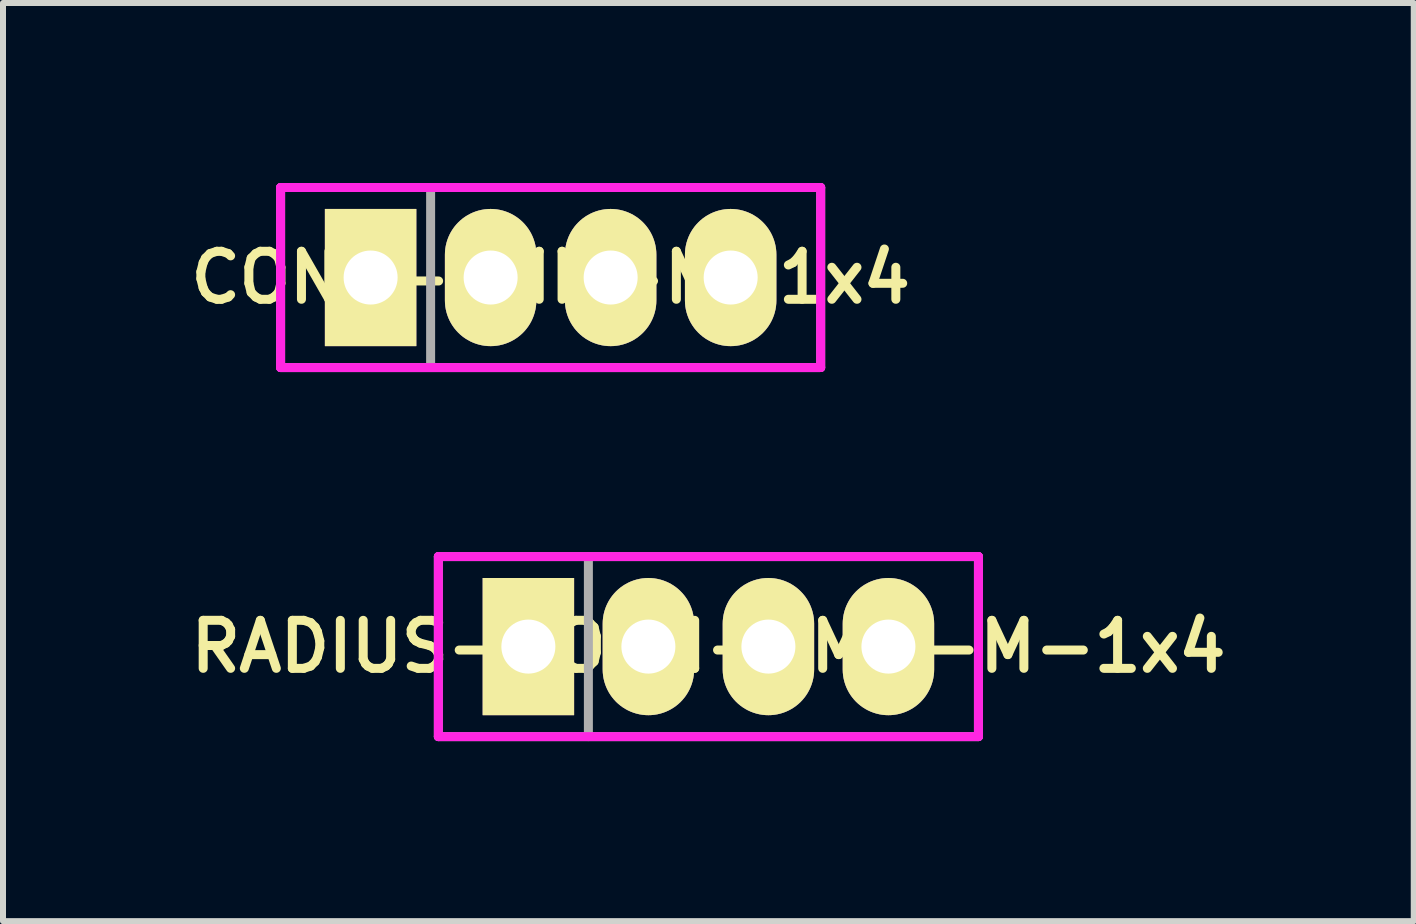
<source format=kicad_pcb>
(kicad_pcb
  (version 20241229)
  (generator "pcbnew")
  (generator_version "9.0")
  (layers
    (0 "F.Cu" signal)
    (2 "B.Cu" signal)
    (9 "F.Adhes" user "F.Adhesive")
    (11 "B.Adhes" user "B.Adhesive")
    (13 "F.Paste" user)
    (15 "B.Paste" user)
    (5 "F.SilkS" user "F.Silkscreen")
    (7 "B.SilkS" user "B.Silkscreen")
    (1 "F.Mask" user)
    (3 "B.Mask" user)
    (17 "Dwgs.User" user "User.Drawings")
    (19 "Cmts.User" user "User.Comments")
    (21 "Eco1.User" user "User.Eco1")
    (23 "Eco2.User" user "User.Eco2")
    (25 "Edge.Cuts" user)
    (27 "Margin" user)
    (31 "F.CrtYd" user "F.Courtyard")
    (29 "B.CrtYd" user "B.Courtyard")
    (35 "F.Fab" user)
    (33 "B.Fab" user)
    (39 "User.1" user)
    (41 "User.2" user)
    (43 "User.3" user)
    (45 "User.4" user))
  (footprint "CONN-2MM-M-1x4"
    (layer "F.Cu")
    (at 6.126 1.575)
    (property "Reference" "CONN-2MM-M-1x4" (at 0 0 0) (layer "F.SilkS") (effects (font (size 0.8 0.8) (thickness 0.15))))
    (attr through_hole)
    (fp_line (start -4.5 -1.5) (end 4.5 -1.5) (stroke (width 0.15) (type solid)) (layer "F.CrtYd"))
    (fp_line (start -4.5 1.5) (end -4.5 -1.5) (stroke (width 0.15) (type solid)) (layer "F.CrtYd"))
    (fp_line (start 4.5 -1.5) (end 4.5 1.5) (stroke (width 0.15) (type solid)) (layer "F.CrtYd"))
    (fp_line (start 4.5 1.5) (end -4.5 1.5) (stroke (width 0.15) (type solid)) (layer "F.CrtYd"))
    (fp_line (start -4.5 -1.5) (end 4.5 -1.5) (stroke (width 0.15) (type solid)) (layer "F.Fab"))
    (fp_line (start -4.5 1.5) (end -4.5 -1.5) (stroke (width 0.15) (type solid)) (layer "F.Fab"))
    (fp_line (start -2 -1.5) (end -2 1.5) (stroke (width 0.15) (type solid)) (layer "F.Fab"))
    (fp_line (start 4.5 -1.5) (end 4.5 1.5) (stroke (width 0.15) (type solid)) (layer "F.Fab"))
    (fp_line (start 4.5 1.5) (end -4.5 1.5) (stroke (width 0.15) (type solid)) (layer "F.Fab"))
    (pad "1" thru_hole rect (at -3 0) (size 1.524 2.286) (drill 0.9) (layers "*.Cu" "*.Mask" "F.SilkS"))
    (pad "2" thru_hole oval (at -1 0) (size 1.524 2.286) (drill 0.9) (layers "*.Cu" "*.Mask" "F.SilkS"))
    (pad "3" thru_hole oval (at 1 0) (size 1.524 2.286) (drill 0.9) (layers "*.Cu" "*.Mask" "F.SilkS"))
    (pad "4" thru_hole oval (at 3 0) (size 1.524 2.286) (drill 0.9) (layers "*.Cu" "*.Mask" "F.SilkS")))
  (footprint "RADIUS-CONN-2MM-M-1x4"
    (layer "F.Cu")
    (at 8.755 7.725)
    (property "Reference" "RADIUS-CONN-2MM-M-1x4" (at 0 0 0) (layer "F.SilkS") (effects (font (size 0.8 0.8) (thickness 0.15))))
    (attr through_hole)
    (fp_line (start -4.5 -1.5) (end 4.5 -1.5) (stroke (width 0.15) (type solid)) (layer "F.CrtYd"))
    (fp_line (start -4.5 1.5) (end -4.5 -1.5) (stroke (width 0.15) (type solid)) (layer "F.CrtYd"))
    (fp_line (start 4.5 -1.5) (end 4.5 1.5) (stroke (width 0.15) (type solid)) (layer "F.CrtYd"))
    (fp_line (start 4.5 1.5) (end -4.5 1.5) (stroke (width 0.15) (type solid)) (layer "F.CrtYd"))
    (fp_line (start -4.5 -1.5) (end 4.5 -1.5) (stroke (width 0.15) (type solid)) (layer "F.Fab"))
    (fp_line (start -4.5 1.5) (end -4.5 -1.5) (stroke (width 0.15) (type solid)) (layer "F.Fab"))
    (fp_line (start -2 -1.5) (end -2 1.5) (stroke (width 0.15) (type solid)) (layer "F.Fab"))
    (fp_line (start 4.5 -1.5) (end 4.5 1.5) (stroke (width 0.15) (type solid)) (layer "F.Fab"))
    (fp_line (start 4.5 1.5) (end -4.5 1.5) (stroke (width 0.15) (type solid)) (layer "F.Fab"))
    (pad "1" thru_hole rect (at -3 0) (size 1.524 2.286) (drill 0.9) (layers "*.Cu" "*.Mask" "F.SilkS"))
    (pad "2" thru_hole oval (at -1 0) (size 1.524 2.286) (drill 0.9) (layers "*.Cu" "*.Mask" "F.SilkS"))
    (pad "3" thru_hole oval (at 1 0) (size 1.524 2.286) (drill 0.9) (layers "*.Cu" "*.Mask" "F.SilkS"))
    (pad "4" thru_hole oval (at 3 0) (size 1.524 2.286) (drill 0.9) (layers "*.Cu" "*.Mask" "F.SilkS")))
  (gr_rect
    (start -3 -3)
    (end 20.509 12.3)
    (stroke (width 0.1) (type default))
    (fill no)
    (layer "Edge.Cuts")))
</source>
